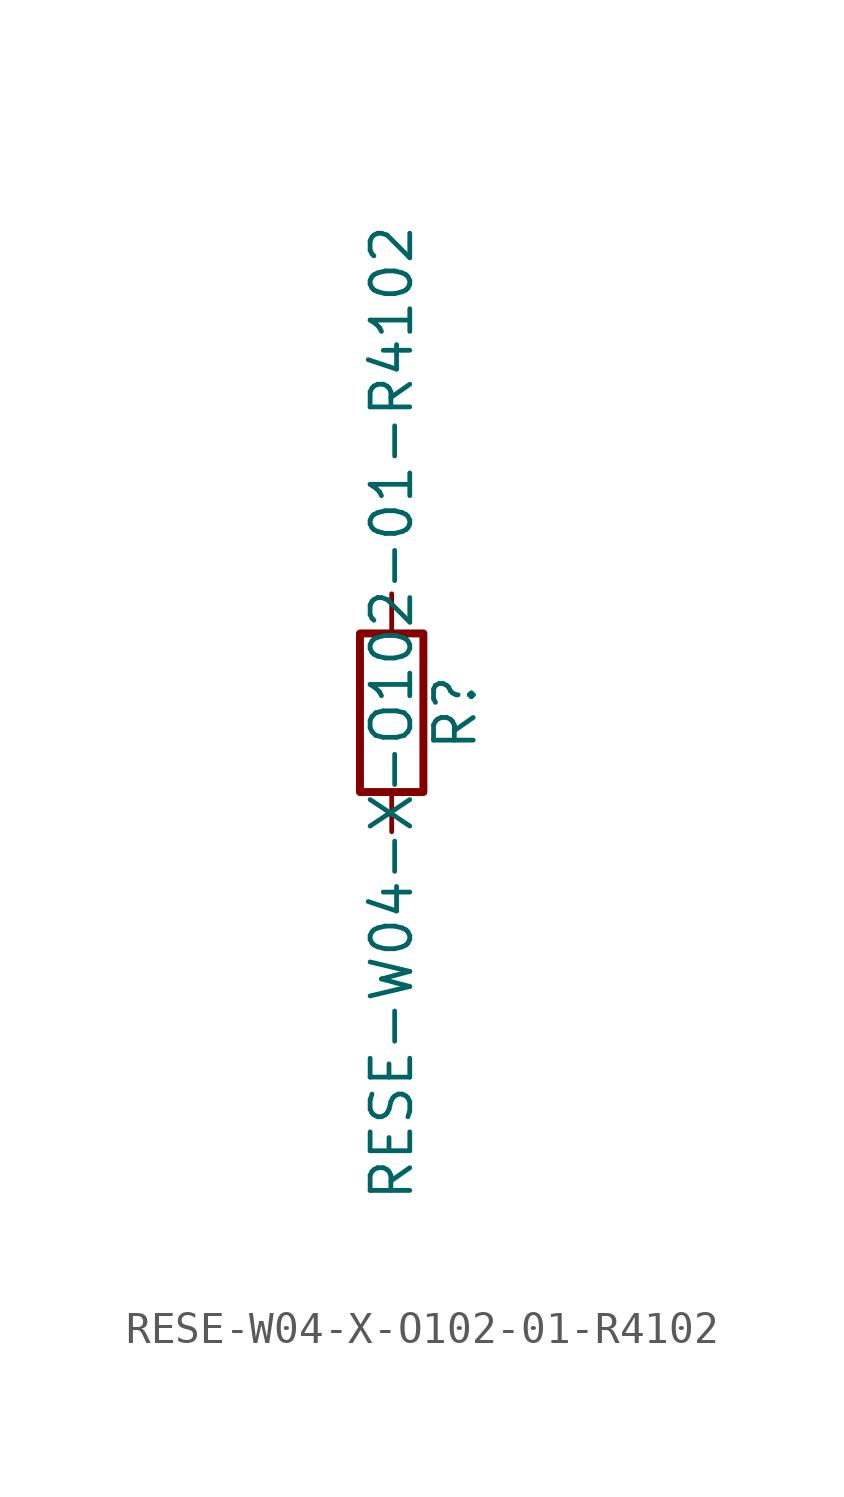
<source format=kicad_sym>
(kicad_symbol_lib
  (version 20211014)
  (generator kicad_symbol_editor)
  (symbol "RESE-W04-X-O102-01-R4102"
    (pin_numbers hide)
    (pin_names
      (offset 0))
    (property "Reference" "R"
      (at 2.032 0 90)
      (effects (font (size 1.27 1.27))))
    (property "Value" "RESE-W04-X-O102-01-R4102"
      (at 0 0 90)
      (effects (font (size 1.27 1.27))))
    (symbol "RESE-W04-X-O102-01-R4102_0_1"
      (rectangle (start -1.016 -2.54) (end 1.016 2.54) (stroke (width 0.254) (type default) (color 0 0 0 0)) (fill (type none))))
    (symbol "RESE-W04-X-O102-01-R4102_1_1"
      (pin passive line (at 0 3.81 270) (length 1.27) (name "~" (effects (font (size 1.27 1.27)))) (number "1" (effects (font (size 1.27 1.27)))))
      (pin passive line (at 0 -3.81 90) (length 1.27) (name "~" (effects (font (size 1.27 1.27)))) (number "2" (effects (font (size 1.27 1.27))))))))
</source>
